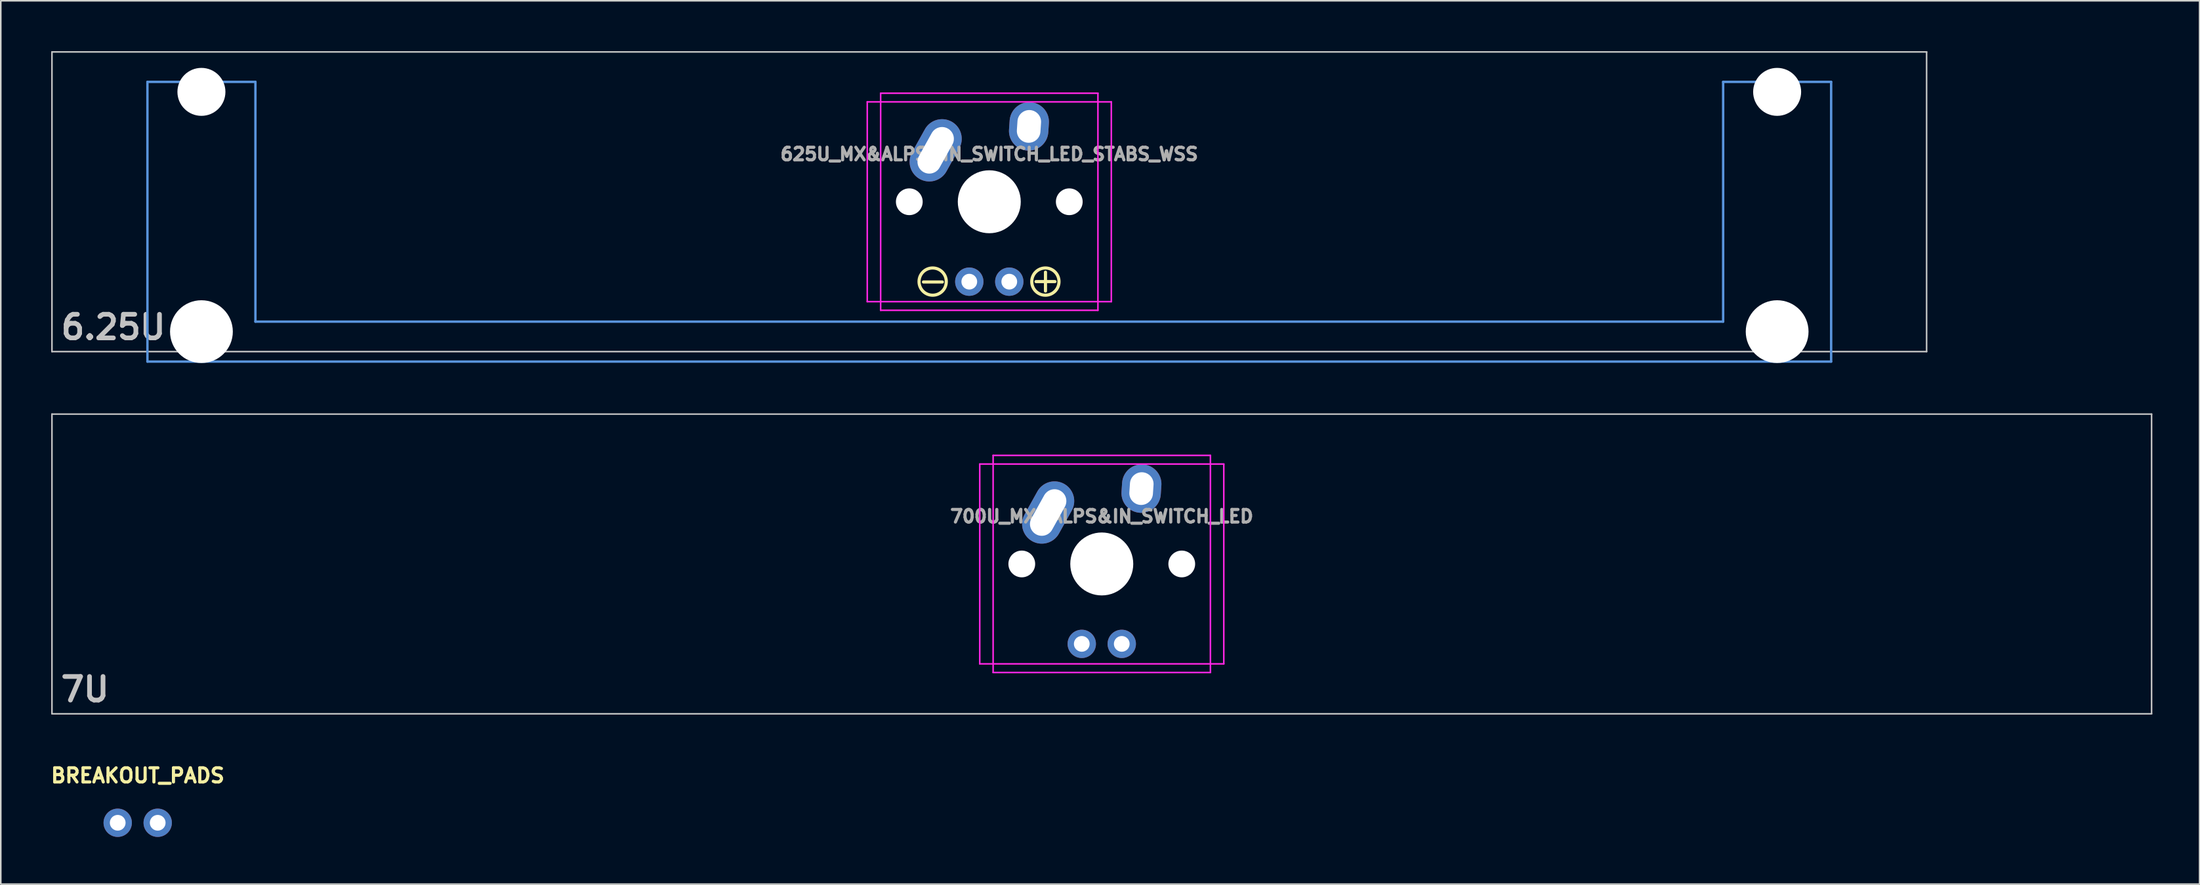
<source format=kicad_pcb>
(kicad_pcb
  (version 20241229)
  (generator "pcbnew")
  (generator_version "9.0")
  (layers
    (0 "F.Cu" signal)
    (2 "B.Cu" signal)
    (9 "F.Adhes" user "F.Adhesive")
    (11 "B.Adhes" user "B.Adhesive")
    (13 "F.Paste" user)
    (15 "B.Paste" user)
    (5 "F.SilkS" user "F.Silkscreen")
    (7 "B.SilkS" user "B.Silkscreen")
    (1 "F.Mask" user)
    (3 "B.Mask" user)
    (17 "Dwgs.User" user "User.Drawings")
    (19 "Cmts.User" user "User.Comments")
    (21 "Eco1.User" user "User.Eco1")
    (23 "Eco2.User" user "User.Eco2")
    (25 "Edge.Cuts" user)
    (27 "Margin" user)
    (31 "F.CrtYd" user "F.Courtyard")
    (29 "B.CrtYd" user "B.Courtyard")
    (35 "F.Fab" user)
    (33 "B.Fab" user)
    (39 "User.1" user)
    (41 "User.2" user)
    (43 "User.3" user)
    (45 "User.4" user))
  (footprint "BREAKOUT_PADS"
    (layer "F.Cu")
    (at 5.696 49.251)
    (property "Reference" "BREAKOUT_PADS" (at 0 -3 0) (layer "F.SilkS") (effects (font (size 0.9 0.9) (thickness 0.2))))
    (attr exclude_from_pos_files exclude_from_bom)
    (pad "1" thru_hole circle (at -1.27 0) (size 1.8 1.8) (drill 1) (layers "*.Cu" "*.Mask"))
    (pad "2" thru_hole circle (at 1.27 0) (size 1.8 1.8) (drill 1) (layers "*.Cu" "*.Mask")))
  (footprint "700U_MX&ALPS&IN_SWITCH_LED"
    (layer "F.Cu")
    (at 0.25 23.274)
    (property "Reference" "700U_MX&ALPS&IN_SWITCH_LED" (at 66.675 6.5 0) (layer "F.Fab") (effects (font (size 0.8 0.8) (thickness 0.2))))
    (attr through_hole)
    (fp_line (start 0 0) (end 133.35 0) (stroke (width 0.1) (type solid)) (layer "Dwgs.User"))
    (fp_line (start 0 19.05) (end 0 0) (stroke (width 0.1) (type solid)) (layer "Dwgs.User"))
    (fp_line (start 133.35 0) (end 133.35 19.05) (stroke (width 0.1) (type solid)) (layer "Dwgs.User"))
    (fp_line (start 133.35 19.05) (end 0 19.05) (stroke (width 0.1) (type solid)) (layer "Dwgs.User"))
    (fp_line (start 58.925 3.175) (end 58.925 15.875) (stroke (width 0.1) (type solid)) (layer "F.CrtYd"))
    (fp_line (start 58.925 3.175) (end 74.425 3.175) (stroke (width 0.1) (type solid)) (layer "F.CrtYd"))
    (fp_line (start 58.925 15.875) (end 74.425 15.875) (stroke (width 0.1) (type solid)) (layer "F.CrtYd"))
    (fp_line (start 59.775 2.625) (end 59.775 16.425) (stroke (width 0.1) (type solid)) (layer "F.CrtYd"))
    (fp_line (start 59.775 2.625) (end 73.575 2.625) (stroke (width 0.1) (type solid)) (layer "F.CrtYd"))
    (fp_line (start 59.775 16.425) (end 73.575 16.425) (stroke (width 0.1) (type solid)) (layer "F.CrtYd"))
    (fp_line (start 73.575 2.625) (end 73.575 16.425) (stroke (width 0.1) (type solid)) (layer "F.CrtYd"))
    (fp_line (start 74.425 3.175) (end 74.425 15.875) (stroke (width 0.1) (type solid)) (layer "F.CrtYd"))
    (fp_text user "7U" (at 2.1 17.5 0) (layer "Dwgs.User") (effects (font (size 1.5 1.5) (thickness 0.3))))
    (pad "" np_thru_hole circle (at 61.595 9.525) (size 1.7 1.7) (drill 1.7) (layers "*.Cu" "*.Mask"))
    (pad "" np_thru_hole circle (at 66.675 9.525) (size 4 4) (drill 4) (layers "*.Cu" "*.Mask"))
    (pad "" np_thru_hole circle (at 71.755 9.525) (size 1.7 1.7) (drill 1.7) (layers "*.Cu" "*.Mask"))
    (pad "1" thru_hole oval (at 63.27 6.255 330.95) (size 2.5 4.17) (drill oval 1.5 3.17) (layers "*.Cu" "*.Mask"))
    (pad "2" thru_hole oval (at 69.195 4.735 356.1) (size 2.5 3.08) (drill oval 1.5 2.08) (layers "*.Cu" "*.Mask"))
    (pad "3" thru_hole circle (at 65.405 14.605) (size 1.8 1.8) (drill 1) (layers "*.Cu" "*.Mask"))
    (pad "4" thru_hole circle (at 67.945 14.605) (size 1.8 1.8) (drill 1) (layers "*.Cu" "*.Mask")))
  (footprint "625U_MX&ALPS&IN_SWITCH_LED_STABS_WSS"
    (layer "F.Cu")
    (at 0.25 0.25)
    (property "Reference" "625U_MX&ALPS&IN_SWITCH_LED_STABS_WSS" (at 59.531 6.5 0) (layer "F.Fab") (effects (font (size 0.8 0.8) (thickness 0.2))))
    (attr through_hole)
    (fp_line (start 55.35 14.625) (end 56.55 14.625) (stroke (width 0.2) (type solid)) (layer "F.SilkS"))
    (fp_line (start 62.5 14.6) (end 63.7 14.6) (stroke (width 0.2) (type solid)) (layer "F.SilkS"))
    (fp_line (start 63.1 15.2) (end 63.1 14) (stroke (width 0.2) (type solid)) (layer "F.SilkS"))
    (fp_circle (center 55.935 14.6) (end 56.641 15.1) (stroke (width 0.2) (type solid)) (fill no) (layer "F.SilkS"))
    (fp_circle (center 63.094 14.6) (end 63.8 15.1) (stroke (width 0.2) (type solid)) (fill no) (layer "F.SilkS"))
    (fp_line (start 0 0) (end 119.062 0) (stroke (width 0.1) (type solid)) (layer "Dwgs.User"))
    (fp_line (start 0 19.05) (end 0 0) (stroke (width 0.1) (type solid)) (layer "Dwgs.User"))
    (fp_line (start 119.062 0) (end 119.062 19.05) (stroke (width 0.1) (type solid)) (layer "Dwgs.User"))
    (fp_line (start 119.062 19.05) (end 0 19.05) (stroke (width 0.1) (type solid)) (layer "Dwgs.User"))
    (fp_line (start 6.064 1.905) (end 6.064 19.685) (stroke (width 0.152) (type solid)) (layer "Cmts.User"))
    (fp_line (start 6.064 19.685) (end 112.998 19.685) (stroke (width 0.152) (type solid)) (layer "Cmts.User"))
    (fp_line (start 12.922 1.905) (end 6.064 1.905) (stroke (width 0.152) (type solid)) (layer "Cmts.User"))
    (fp_line (start 12.922 17.145) (end 12.922 1.905) (stroke (width 0.152) (type solid)) (layer "Cmts.User"))
    (fp_line (start 106.14 1.905) (end 106.14 17.145) (stroke (width 0.152) (type solid)) (layer "Cmts.User"))
    (fp_line (start 106.14 17.145) (end 12.922 17.145) (stroke (width 0.152) (type solid)) (layer "Cmts.User"))
    (fp_line (start 112.998 1.905) (end 106.14 1.905) (stroke (width 0.152) (type solid)) (layer "Cmts.User"))
    (fp_line (start 112.998 19.685) (end 112.998 1.905) (stroke (width 0.152) (type solid)) (layer "Cmts.User"))
    (fp_line (start 5.302 7.239) (end 6.166 7.239) (stroke (width 0.152) (type solid)) (layer "Eco2.User"))
    (fp_line (start 5.302 10.033) (end 5.302 7.239) (stroke (width 0.152) (type solid)) (layer "Eco2.User"))
    (fp_line (start 6.166 3.835) (end 12.821 3.835) (stroke (width 0.152) (type solid)) (layer "Eco2.User"))
    (fp_line (start 6.166 7.239) (end 6.166 3.835) (stroke (width 0.152) (type solid)) (layer "Eco2.User"))
    (fp_line (start 6.166 10.033) (end 5.302 10.033) (stroke (width 0.152) (type solid)) (layer "Eco2.User"))
    (fp_line (start 6.166 16.129) (end 6.166 10.033) (stroke (width 0.152) (type solid)) (layer "Eco2.User"))
    (fp_line (start 7.207 16.129) (end 6.166 16.129) (stroke (width 0.152) (type solid)) (layer "Eco2.User"))
    (fp_line (start 7.207 17.297) (end 7.207 16.129) (stroke (width 0.152) (type solid)) (layer "Eco2.User"))
    (fp_line (start 11.779 16.129) (end 11.779 17.297) (stroke (width 0.152) (type solid)) (layer "Eco2.User"))
    (fp_line (start 11.779 17.297) (end 7.207 17.297) (stroke (width 0.152) (type solid)) (layer "Eco2.User"))
    (fp_line (start 12.821 3.835) (end 12.821 7.239) (stroke (width 0.152) (type solid)) (layer "Eco2.User"))
    (fp_line (start 12.821 7.239) (end 52.546 7.239) (stroke (width 0.152) (type solid)) (layer "Eco2.User"))
    (fp_line (start 12.821 11.811) (end 12.821 16.129) (stroke (width 0.152) (type solid)) (layer "Eco2.User"))
    (fp_line (start 12.821 16.129) (end 11.779 16.129) (stroke (width 0.152) (type solid)) (layer "Eco2.User"))
    (fp_line (start 52.546 2.54) (end 66.516 2.54) (stroke (width 0.152) (type solid)) (layer "Eco2.User"))
    (fp_line (start 52.546 7.239) (end 52.546 2.54) (stroke (width 0.152) (type solid)) (layer "Eco2.User"))
    (fp_line (start 52.546 11.811) (end 12.821 11.811) (stroke (width 0.152) (type solid)) (layer "Eco2.User"))
    (fp_line (start 52.546 16.51) (end 52.546 11.811) (stroke (width 0.152) (type solid)) (layer "Eco2.User"))
    (fp_line (start 66.516 2.54) (end 66.516 7.239) (stroke (width 0.152) (type solid)) (layer "Eco2.User"))
    (fp_line (start 66.516 7.239) (end 106.242 7.239) (stroke (width 0.152) (type solid)) (layer "Eco2.User"))
    (fp_line (start 66.516 11.811) (end 66.516 16.51) (stroke (width 0.152) (type solid)) (layer "Eco2.User"))
    (fp_line (start 66.516 16.51) (end 52.546 16.51) (stroke (width 0.152) (type solid)) (layer "Eco2.User"))
    (fp_line (start 106.242 16.129) (end 106.242 11.811) (stroke (width 0.152) (type solid)) (layer "Eco2.User"))
    (fp_line (start 106.242 3.835) (end 112.897 3.835) (stroke (width 0.152) (type solid)) (layer "Eco2.User"))
    (fp_line (start 106.242 7.239) (end 106.242 3.835) (stroke (width 0.152) (type solid)) (layer "Eco2.User"))
    (fp_line (start 106.242 11.811) (end 66.516 11.811) (stroke (width 0.152) (type solid)) (layer "Eco2.User"))
    (fp_line (start 107.283 16.129) (end 106.242 16.129) (stroke (width 0.152) (type solid)) (layer "Eco2.User"))
    (fp_line (start 107.283 17.297) (end 107.283 16.129) (stroke (width 0.152) (type solid)) (layer "Eco2.User"))
    (fp_line (start 111.855 16.129) (end 111.855 17.297) (stroke (width 0.152) (type solid)) (layer "Eco2.User"))
    (fp_line (start 111.855 17.297) (end 107.283 17.297) (stroke (width 0.152) (type solid)) (layer "Eco2.User"))
    (fp_line (start 112.897 3.835) (end 112.897 7.239) (stroke (width 0.152) (type solid)) (layer "Eco2.User"))
    (fp_line (start 112.897 7.239) (end 113.76 7.239) (stroke (width 0.152) (type solid)) (layer "Eco2.User"))
    (fp_line (start 112.897 10.033) (end 112.897 16.129) (stroke (width 0.152) (type solid)) (layer "Eco2.User"))
    (fp_line (start 112.897 16.129) (end 111.855 16.129) (stroke (width 0.152) (type solid)) (layer "Eco2.User"))
    (fp_line (start 113.76 7.239) (end 113.76 10.033) (stroke (width 0.152) (type solid)) (layer "Eco2.User"))
    (fp_line (start 113.76 10.033) (end 112.897 10.033) (stroke (width 0.152) (type solid)) (layer "Eco2.User"))
    (fp_line (start 51.781 3.175) (end 51.781 15.875) (stroke (width 0.1) (type solid)) (layer "F.CrtYd"))
    (fp_line (start 51.781 3.175) (end 67.281 3.175) (stroke (width 0.1) (type solid)) (layer "F.CrtYd"))
    (fp_line (start 51.781 15.875) (end 67.281 15.875) (stroke (width 0.1) (type solid)) (layer "F.CrtYd"))
    (fp_line (start 52.631 2.625) (end 52.631 16.425) (stroke (width 0.1) (type solid)) (layer "F.CrtYd"))
    (fp_line (start 52.631 2.625) (end 66.431 2.625) (stroke (width 0.1) (type solid)) (layer "F.CrtYd"))
    (fp_line (start 52.631 16.425) (end 66.431 16.425) (stroke (width 0.1) (type solid)) (layer "F.CrtYd"))
    (fp_line (start 66.431 2.625) (end 66.431 16.425) (stroke (width 0.1) (type solid)) (layer "F.CrtYd"))
    (fp_line (start 67.281 3.175) (end 67.281 15.875) (stroke (width 0.1) (type solid)) (layer "F.CrtYd"))
    (fp_text user "6.25U" (at 3.9 17.5 0) (layer "Dwgs.User") (effects (font (size 1.5 1.5) (thickness 0.3))))
    (pad "" np_thru_hole circle (at 9.493 2.54) (size 3.048 3.048) (drill 3.048) (layers "*.Cu" "*.Mask"))
    (pad "" np_thru_hole circle (at 9.493 17.78) (size 3.988 3.988) (drill 3.988) (layers "*.Cu" "*.Mask"))
    (pad "" np_thru_hole circle (at 54.451 9.525) (size 1.7 1.7) (drill 1.7) (layers "*.Cu" "*.Mask"))
    (pad "" np_thru_hole circle (at 59.531 9.525) (size 4 4) (drill 4) (layers "*.Cu" "*.Mask"))
    (pad "" np_thru_hole circle (at 64.611 9.525) (size 1.7 1.7) (drill 1.7) (layers "*.Cu" "*.Mask"))
    (pad "" np_thru_hole circle (at 109.569 2.54) (size 3.048 3.048) (drill 3.048) (layers "*.Cu" "*.Mask"))
    (pad "" np_thru_hole circle (at 109.569 17.78) (size 3.988 3.988) (drill 3.988) (layers "*.Cu" "*.Mask"))
    (pad "1" thru_hole oval (at 56.126 6.255 330.95) (size 2.5 4.17) (drill oval 1.5 3.17) (layers "*.Cu" "*.Mask"))
    (pad "2" thru_hole oval (at 62.051 4.735 356.1) (size 2.5 3.08) (drill oval 1.5 2.08) (layers "*.Cu" "*.Mask"))
    (pad "3" thru_hole circle (at 58.261 14.605) (size 1.8 1.8) (drill 1) (layers "*.Cu" "*.Mask"))
    (pad "4" thru_hole circle (at 60.801 14.605) (size 1.8 1.8) (drill 1) (layers "*.Cu" "*.Mask")))
  (gr_rect
    (start -3 -3)
    (end 136.65 53.151)
    (stroke (width 0.1) (type default))
    (fill no)
    (layer "Edge.Cuts")))
</source>
